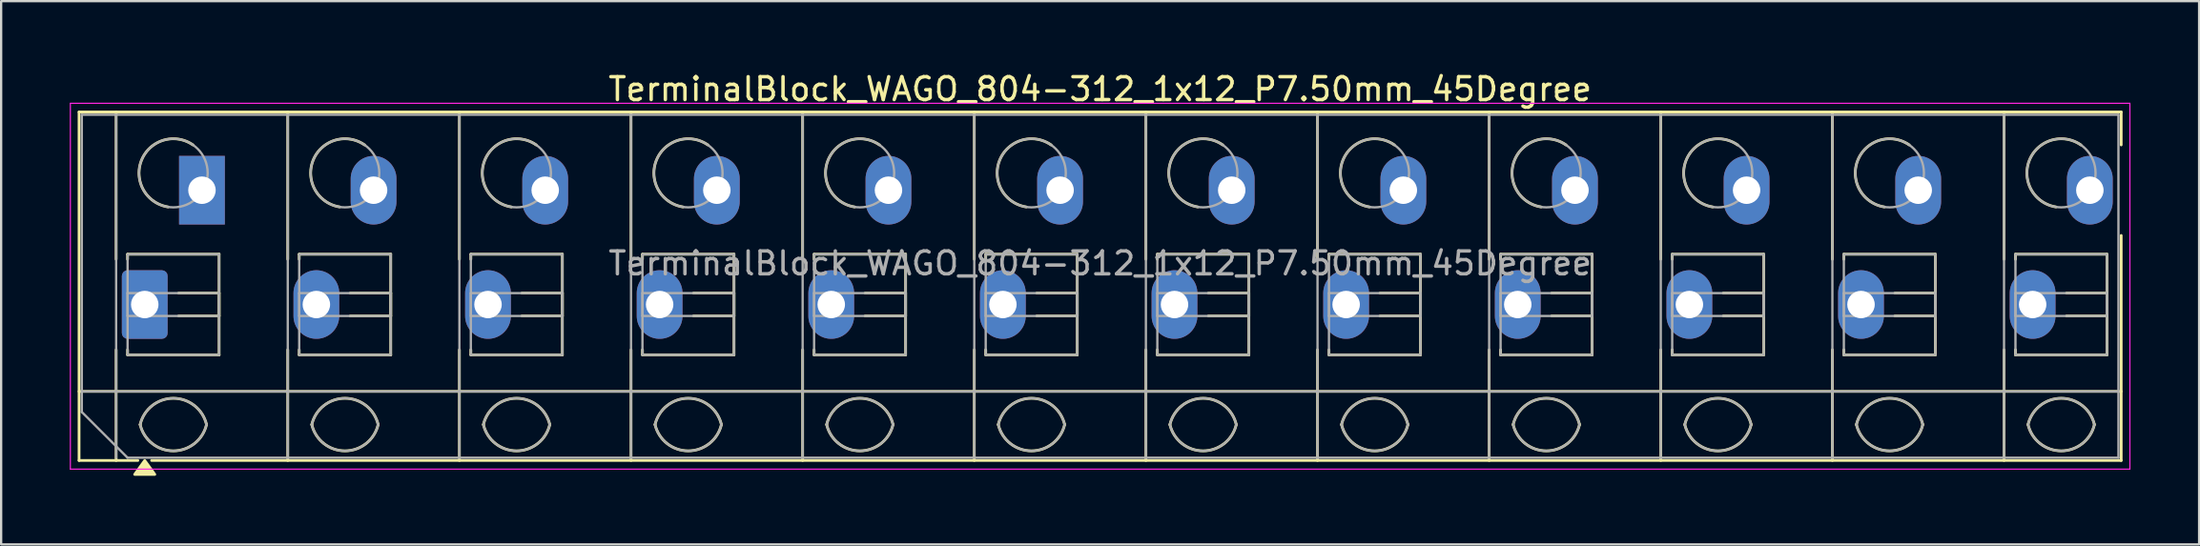
<source format=kicad_pcb>
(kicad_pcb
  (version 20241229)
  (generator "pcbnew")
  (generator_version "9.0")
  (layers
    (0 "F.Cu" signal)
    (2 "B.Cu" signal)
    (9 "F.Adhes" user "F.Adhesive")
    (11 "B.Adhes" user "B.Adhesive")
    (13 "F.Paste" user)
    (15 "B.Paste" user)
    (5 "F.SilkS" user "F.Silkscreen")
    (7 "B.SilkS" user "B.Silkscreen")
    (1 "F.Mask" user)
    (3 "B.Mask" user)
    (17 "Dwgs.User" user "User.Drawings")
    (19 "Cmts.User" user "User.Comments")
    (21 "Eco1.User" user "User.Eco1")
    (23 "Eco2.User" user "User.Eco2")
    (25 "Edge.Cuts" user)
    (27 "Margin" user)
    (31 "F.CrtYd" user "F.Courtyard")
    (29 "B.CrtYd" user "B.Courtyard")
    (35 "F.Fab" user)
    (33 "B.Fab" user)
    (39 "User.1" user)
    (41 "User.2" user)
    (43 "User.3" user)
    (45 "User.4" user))
  (footprint "TerminalBlock_WAGO_804-312_1x12_P7.50mm_45Degree"
    (layer "F.Cu")
    (at 3.275 10.268)
    (property "Reference" "TerminalBlock_WAGO_804-312_1x12_P7.50mm_45Degree" (at 41.75 -9.42 0) (layer "F.SilkS") (effects (font (size 1 1) (thickness 0.15))))
    (attr through_hole)
    (fp_line (start -2.87 -8.42) (end -2.87 6.82) (stroke (width 0.12) (type solid)) (layer "F.SilkS"))
    (fp_line (start -2.87 -8.42) (end 86.37 -8.42) (stroke (width 0.12) (type solid)) (layer "F.SilkS"))
    (fp_line (start -2.87 3.8) (end 86.37 3.8) (stroke (width 0.12) (type solid)) (layer "F.SilkS"))
    (fp_line (start -2.87 6.82) (end -0.3 6.82) (stroke (width 0.12) (type solid)) (layer "F.SilkS"))
    (fp_line (start -1.25 -8.42) (end -1.25 -1.98) (stroke (width 0.12) (type solid)) (layer "F.SilkS"))
    (fp_line (start -1.25 1.98) (end -1.25 6.82) (stroke (width 0.12) (type solid)) (layer "F.SilkS"))
    (fp_line (start -0.75 -2.2) (end -0.75 -1.98) (stroke (width 0.12) (type solid)) (layer "F.SilkS"))
    (fp_line (start -0.75 -2.2) (end 3.25 -2.2) (stroke (width 0.12) (type solid)) (layer "F.SilkS"))
    (fp_line (start -0.75 1.98) (end -0.75 2.2) (stroke (width 0.12) (type solid)) (layer "F.SilkS"))
    (fp_line (start -0.75 2.2) (end 3.25 2.2) (stroke (width 0.12) (type solid)) (layer "F.SilkS"))
    (fp_line (start 0.3 6.82) (end 86.37 6.82) (stroke (width 0.12) (type solid)) (layer "F.SilkS"))
    (fp_line (start 1.48 -0.5) (end 3.25 -0.5) (stroke (width 0.12) (type solid)) (layer "F.SilkS"))
    (fp_line (start 1.48 0.5) (end 3.25 0.5) (stroke (width 0.12) (type solid)) (layer "F.SilkS"))
    (fp_line (start 3.25 -2.2) (end 3.25 2.2) (stroke (width 0.12) (type solid)) (layer "F.SilkS"))
    (fp_line (start 3.25 -0.5) (end 3.25 0.5) (stroke (width 0.12) (type solid)) (layer "F.SilkS"))
    (fp_line (start 6.25 -8.42) (end 6.25 -1.98) (stroke (width 0.12) (type solid)) (layer "F.SilkS"))
    (fp_line (start 6.25 1.98) (end 6.25 6.82) (stroke (width 0.12) (type solid)) (layer "F.SilkS"))
    (fp_line (start 6.75 -2.2) (end 6.75 -1.98) (stroke (width 0.12) (type solid)) (layer "F.SilkS"))
    (fp_line (start 6.75 -2.2) (end 10.75 -2.2) (stroke (width 0.12) (type solid)) (layer "F.SilkS"))
    (fp_line (start 6.75 1.98) (end 6.75 2.2) (stroke (width 0.12) (type solid)) (layer "F.SilkS"))
    (fp_line (start 6.75 2.2) (end 10.75 2.2) (stroke (width 0.12) (type solid)) (layer "F.SilkS"))
    (fp_line (start 8.98 -0.5) (end 10.75 -0.5) (stroke (width 0.12) (type solid)) (layer "F.SilkS"))
    (fp_line (start 8.98 0.5) (end 10.75 0.5) (stroke (width 0.12) (type solid)) (layer "F.SilkS"))
    (fp_line (start 10.75 -2.2) (end 10.75 2.2) (stroke (width 0.12) (type solid)) (layer "F.SilkS"))
    (fp_line (start 10.75 -0.5) (end 10.75 0.5) (stroke (width 0.12) (type solid)) (layer "F.SilkS"))
    (fp_line (start 13.75 -8.42) (end 13.75 -1.98) (stroke (width 0.12) (type solid)) (layer "F.SilkS"))
    (fp_line (start 13.75 1.98) (end 13.75 6.82) (stroke (width 0.12) (type solid)) (layer "F.SilkS"))
    (fp_line (start 14.25 -2.2) (end 14.25 -1.98) (stroke (width 0.12) (type solid)) (layer "F.SilkS"))
    (fp_line (start 14.25 -2.2) (end 18.25 -2.2) (stroke (width 0.12) (type solid)) (layer "F.SilkS"))
    (fp_line (start 14.25 1.98) (end 14.25 2.2) (stroke (width 0.12) (type solid)) (layer "F.SilkS"))
    (fp_line (start 14.25 2.2) (end 18.25 2.2) (stroke (width 0.12) (type solid)) (layer "F.SilkS"))
    (fp_line (start 16.48 -0.5) (end 18.25 -0.5) (stroke (width 0.12) (type solid)) (layer "F.SilkS"))
    (fp_line (start 16.48 0.5) (end 18.25 0.5) (stroke (width 0.12) (type solid)) (layer "F.SilkS"))
    (fp_line (start 18.25 -2.2) (end 18.25 2.2) (stroke (width 0.12) (type solid)) (layer "F.SilkS"))
    (fp_line (start 18.25 -0.5) (end 18.25 0.5) (stroke (width 0.12) (type solid)) (layer "F.SilkS"))
    (fp_line (start 21.25 -8.42) (end 21.25 -1.98) (stroke (width 0.12) (type solid)) (layer "F.SilkS"))
    (fp_line (start 21.25 1.98) (end 21.25 6.82) (stroke (width 0.12) (type solid)) (layer "F.SilkS"))
    (fp_line (start 21.75 -2.2) (end 21.75 -1.98) (stroke (width 0.12) (type solid)) (layer "F.SilkS"))
    (fp_line (start 21.75 -2.2) (end 25.75 -2.2) (stroke (width 0.12) (type solid)) (layer "F.SilkS"))
    (fp_line (start 21.75 1.98) (end 21.75 2.2) (stroke (width 0.12) (type solid)) (layer "F.SilkS"))
    (fp_line (start 21.75 2.2) (end 25.75 2.2) (stroke (width 0.12) (type solid)) (layer "F.SilkS"))
    (fp_line (start 23.98 -0.5) (end 25.75 -0.5) (stroke (width 0.12) (type solid)) (layer "F.SilkS"))
    (fp_line (start 23.98 0.5) (end 25.75 0.5) (stroke (width 0.12) (type solid)) (layer "F.SilkS"))
    (fp_line (start 25.75 -2.2) (end 25.75 2.2) (stroke (width 0.12) (type solid)) (layer "F.SilkS"))
    (fp_line (start 25.75 -0.5) (end 25.75 0.5) (stroke (width 0.12) (type solid)) (layer "F.SilkS"))
    (fp_line (start 28.75 -8.42) (end 28.75 -1.98) (stroke (width 0.12) (type solid)) (layer "F.SilkS"))
    (fp_line (start 28.75 1.98) (end 28.75 6.82) (stroke (width 0.12) (type solid)) (layer "F.SilkS"))
    (fp_line (start 29.25 -2.2) (end 29.25 -1.98) (stroke (width 0.12) (type solid)) (layer "F.SilkS"))
    (fp_line (start 29.25 -2.2) (end 33.25 -2.2) (stroke (width 0.12) (type solid)) (layer "F.SilkS"))
    (fp_line (start 29.25 1.98) (end 29.25 2.2) (stroke (width 0.12) (type solid)) (layer "F.SilkS"))
    (fp_line (start 29.25 2.2) (end 33.25 2.2) (stroke (width 0.12) (type solid)) (layer "F.SilkS"))
    (fp_line (start 31.48 -0.5) (end 33.25 -0.5) (stroke (width 0.12) (type solid)) (layer "F.SilkS"))
    (fp_line (start 31.48 0.5) (end 33.25 0.5) (stroke (width 0.12) (type solid)) (layer "F.SilkS"))
    (fp_line (start 33.25 -2.2) (end 33.25 2.2) (stroke (width 0.12) (type solid)) (layer "F.SilkS"))
    (fp_line (start 33.25 -0.5) (end 33.25 0.5) (stroke (width 0.12) (type solid)) (layer "F.SilkS"))
    (fp_line (start 36.25 -8.42) (end 36.25 -1.98) (stroke (width 0.12) (type solid)) (layer "F.SilkS"))
    (fp_line (start 36.25 1.98) (end 36.25 6.82) (stroke (width 0.12) (type solid)) (layer "F.SilkS"))
    (fp_line (start 36.75 -2.2) (end 36.75 -1.98) (stroke (width 0.12) (type solid)) (layer "F.SilkS"))
    (fp_line (start 36.75 -2.2) (end 40.75 -2.2) (stroke (width 0.12) (type solid)) (layer "F.SilkS"))
    (fp_line (start 36.75 1.98) (end 36.75 2.2) (stroke (width 0.12) (type solid)) (layer "F.SilkS"))
    (fp_line (start 36.75 2.2) (end 40.75 2.2) (stroke (width 0.12) (type solid)) (layer "F.SilkS"))
    (fp_line (start 38.98 -0.5) (end 40.75 -0.5) (stroke (width 0.12) (type solid)) (layer "F.SilkS"))
    (fp_line (start 38.98 0.5) (end 40.75 0.5) (stroke (width 0.12) (type solid)) (layer "F.SilkS"))
    (fp_line (start 40.75 -2.2) (end 40.75 2.2) (stroke (width 0.12) (type solid)) (layer "F.SilkS"))
    (fp_line (start 40.75 -0.5) (end 40.75 0.5) (stroke (width 0.12) (type solid)) (layer "F.SilkS"))
    (fp_line (start 43.75 -8.42) (end 43.75 -1.98) (stroke (width 0.12) (type solid)) (layer "F.SilkS"))
    (fp_line (start 43.75 1.98) (end 43.75 6.82) (stroke (width 0.12) (type solid)) (layer "F.SilkS"))
    (fp_line (start 44.25 -2.2) (end 44.25 -1.98) (stroke (width 0.12) (type solid)) (layer "F.SilkS"))
    (fp_line (start 44.25 -2.2) (end 48.25 -2.2) (stroke (width 0.12) (type solid)) (layer "F.SilkS"))
    (fp_line (start 44.25 1.98) (end 44.25 2.2) (stroke (width 0.12) (type solid)) (layer "F.SilkS"))
    (fp_line (start 44.25 2.2) (end 48.25 2.2) (stroke (width 0.12) (type solid)) (layer "F.SilkS"))
    (fp_line (start 46.48 -0.5) (end 48.25 -0.5) (stroke (width 0.12) (type solid)) (layer "F.SilkS"))
    (fp_line (start 46.48 0.5) (end 48.25 0.5) (stroke (width 0.12) (type solid)) (layer "F.SilkS"))
    (fp_line (start 48.25 -2.2) (end 48.25 2.2) (stroke (width 0.12) (type solid)) (layer "F.SilkS"))
    (fp_line (start 48.25 -0.5) (end 48.25 0.5) (stroke (width 0.12) (type solid)) (layer "F.SilkS"))
    (fp_line (start 51.25 -8.42) (end 51.25 -1.98) (stroke (width 0.12) (type solid)) (layer "F.SilkS"))
    (fp_line (start 51.25 1.98) (end 51.25 6.82) (stroke (width 0.12) (type solid)) (layer "F.SilkS"))
    (fp_line (start 51.75 -2.2) (end 51.75 -1.98) (stroke (width 0.12) (type solid)) (layer "F.SilkS"))
    (fp_line (start 51.75 -2.2) (end 55.75 -2.2) (stroke (width 0.12) (type solid)) (layer "F.SilkS"))
    (fp_line (start 51.75 1.98) (end 51.75 2.2) (stroke (width 0.12) (type solid)) (layer "F.SilkS"))
    (fp_line (start 51.75 2.2) (end 55.75 2.2) (stroke (width 0.12) (type solid)) (layer "F.SilkS"))
    (fp_line (start 53.98 -0.5) (end 55.75 -0.5) (stroke (width 0.12) (type solid)) (layer "F.SilkS"))
    (fp_line (start 53.98 0.5) (end 55.75 0.5) (stroke (width 0.12) (type solid)) (layer "F.SilkS"))
    (fp_line (start 55.75 -2.2) (end 55.75 2.2) (stroke (width 0.12) (type solid)) (layer "F.SilkS"))
    (fp_line (start 55.75 -0.5) (end 55.75 0.5) (stroke (width 0.12) (type solid)) (layer "F.SilkS"))
    (fp_line (start 58.75 -8.42) (end 58.75 -1.98) (stroke (width 0.12) (type solid)) (layer "F.SilkS"))
    (fp_line (start 58.75 1.98) (end 58.75 6.82) (stroke (width 0.12) (type solid)) (layer "F.SilkS"))
    (fp_line (start 59.25 -2.2) (end 59.25 -1.98) (stroke (width 0.12) (type solid)) (layer "F.SilkS"))
    (fp_line (start 59.25 -2.2) (end 63.25 -2.2) (stroke (width 0.12) (type solid)) (layer "F.SilkS"))
    (fp_line (start 59.25 1.98) (end 59.25 2.2) (stroke (width 0.12) (type solid)) (layer "F.SilkS"))
    (fp_line (start 59.25 2.2) (end 63.25 2.2) (stroke (width 0.12) (type solid)) (layer "F.SilkS"))
    (fp_line (start 61.48 -0.5) (end 63.25 -0.5) (stroke (width 0.12) (type solid)) (layer "F.SilkS"))
    (fp_line (start 61.48 0.5) (end 63.25 0.5) (stroke (width 0.12) (type solid)) (layer "F.SilkS"))
    (fp_line (start 63.25 -2.2) (end 63.25 2.2) (stroke (width 0.12) (type solid)) (layer "F.SilkS"))
    (fp_line (start 63.25 -0.5) (end 63.25 0.5) (stroke (width 0.12) (type solid)) (layer "F.SilkS"))
    (fp_line (start 66.25 -8.42) (end 66.25 -1.98) (stroke (width 0.12) (type solid)) (layer "F.SilkS"))
    (fp_line (start 66.25 1.98) (end 66.25 6.82) (stroke (width 0.12) (type solid)) (layer "F.SilkS"))
    (fp_line (start 66.75 -2.2) (end 66.75 -1.98) (stroke (width 0.12) (type solid)) (layer "F.SilkS"))
    (fp_line (start 66.75 -2.2) (end 70.75 -2.2) (stroke (width 0.12) (type solid)) (layer "F.SilkS"))
    (fp_line (start 66.75 1.98) (end 66.75 2.2) (stroke (width 0.12) (type solid)) (layer "F.SilkS"))
    (fp_line (start 66.75 2.2) (end 70.75 2.2) (stroke (width 0.12) (type solid)) (layer "F.SilkS"))
    (fp_line (start 68.98 -0.5) (end 70.75 -0.5) (stroke (width 0.12) (type solid)) (layer "F.SilkS"))
    (fp_line (start 68.98 0.5) (end 70.75 0.5) (stroke (width 0.12) (type solid)) (layer "F.SilkS"))
    (fp_line (start 70.75 -2.2) (end 70.75 2.2) (stroke (width 0.12) (type solid)) (layer "F.SilkS"))
    (fp_line (start 70.75 -0.5) (end 70.75 0.5) (stroke (width 0.12) (type solid)) (layer "F.SilkS"))
    (fp_line (start 73.75 -8.42) (end 73.75 -1.98) (stroke (width 0.12) (type solid)) (layer "F.SilkS"))
    (fp_line (start 73.75 1.98) (end 73.75 6.82) (stroke (width 0.12) (type solid)) (layer "F.SilkS"))
    (fp_line (start 74.25 -2.2) (end 74.25 -1.98) (stroke (width 0.12) (type solid)) (layer "F.SilkS"))
    (fp_line (start 74.25 -2.2) (end 78.25 -2.2) (stroke (width 0.12) (type solid)) (layer "F.SilkS"))
    (fp_line (start 74.25 1.98) (end 74.25 2.2) (stroke (width 0.12) (type solid)) (layer "F.SilkS"))
    (fp_line (start 74.25 2.2) (end 78.25 2.2) (stroke (width 0.12) (type solid)) (layer "F.SilkS"))
    (fp_line (start 76.48 -0.5) (end 78.25 -0.5) (stroke (width 0.12) (type solid)) (layer "F.SilkS"))
    (fp_line (start 76.48 0.5) (end 78.25 0.5) (stroke (width 0.12) (type solid)) (layer "F.SilkS"))
    (fp_line (start 78.25 -2.2) (end 78.25 2.2) (stroke (width 0.12) (type solid)) (layer "F.SilkS"))
    (fp_line (start 78.25 -0.5) (end 78.25 0.5) (stroke (width 0.12) (type solid)) (layer "F.SilkS"))
    (fp_line (start 81.25 -8.42) (end 81.25 -1.98) (stroke (width 0.12) (type solid)) (layer "F.SilkS"))
    (fp_line (start 81.25 1.98) (end 81.25 6.82) (stroke (width 0.12) (type solid)) (layer "F.SilkS"))
    (fp_line (start 81.75 -2.2) (end 81.75 -1.98) (stroke (width 0.12) (type solid)) (layer "F.SilkS"))
    (fp_line (start 81.75 -2.2) (end 85.75 -2.2) (stroke (width 0.12) (type solid)) (layer "F.SilkS"))
    (fp_line (start 81.75 1.98) (end 81.75 2.2) (stroke (width 0.12) (type solid)) (layer "F.SilkS"))
    (fp_line (start 81.75 2.2) (end 85.75 2.2) (stroke (width 0.12) (type solid)) (layer "F.SilkS"))
    (fp_line (start 83.98 -0.5) (end 85.75 -0.5) (stroke (width 0.12) (type solid)) (layer "F.SilkS"))
    (fp_line (start 83.98 0.5) (end 85.75 0.5) (stroke (width 0.12) (type solid)) (layer "F.SilkS"))
    (fp_line (start 85.75 -2.2) (end 85.75 2.2) (stroke (width 0.12) (type solid)) (layer "F.SilkS"))
    (fp_line (start 85.75 -0.5) (end 85.75 0.5) (stroke (width 0.12) (type solid)) (layer "F.SilkS"))
    (fp_line (start 86.37 -8.42) (end 86.37 -6.98) (stroke (width 0.12) (type solid)) (layer "F.SilkS"))
    (fp_line (start 86.37 -3.02) (end 86.37 6.82) (stroke (width 0.12) (type solid)) (layer "F.SilkS"))
    (fp_arc (start -0.2 5.25) (mid 1.25 4.1) (end 2.7 5.25) (stroke (width 0.12) (type solid)) (layer "F.SilkS"))
    (fp_arc (start 1.02 -4.268) (mid -0.141916 -6.309209) (end 2.109 -6.98) (stroke (width 0.12) (type solid)) (layer "F.SilkS"))
    (fp_arc (start 2.7 5.25) (mid 1.25 6.4) (end -0.2 5.25) (stroke (width 0.12) (type solid)) (layer "F.SilkS"))
    (fp_arc (start 7.3 5.25) (mid 8.75 4.1) (end 10.2 5.25) (stroke (width 0.12) (type solid)) (layer "F.SilkS"))
    (fp_arc (start 8.52 -4.268) (mid 7.358084 -6.309209) (end 9.609 -6.98) (stroke (width 0.12) (type solid)) (layer "F.SilkS"))
    (fp_arc (start 10.2 5.25) (mid 8.75 6.4) (end 7.3 5.25) (stroke (width 0.12) (type solid)) (layer "F.SilkS"))
    (fp_arc (start 14.8 5.25) (mid 16.25 4.1) (end 17.7 5.25) (stroke (width 0.12) (type solid)) (layer "F.SilkS"))
    (fp_arc (start 16.02 -4.268) (mid 14.858084 -6.309209) (end 17.109 -6.98) (stroke (width 0.12) (type solid)) (layer "F.SilkS"))
    (fp_arc (start 17.7 5.25) (mid 16.25 6.4) (end 14.8 5.25) (stroke (width 0.12) (type solid)) (layer "F.SilkS"))
    (fp_arc (start 22.3 5.25) (mid 23.75 4.1) (end 25.2 5.25) (stroke (width 0.12) (type solid)) (layer "F.SilkS"))
    (fp_arc (start 23.52 -4.268) (mid 22.358084 -6.309209) (end 24.609 -6.98) (stroke (width 0.12) (type solid)) (layer "F.SilkS"))
    (fp_arc (start 25.2 5.25) (mid 23.75 6.4) (end 22.3 5.25) (stroke (width 0.12) (type solid)) (layer "F.SilkS"))
    (fp_arc (start 29.8 5.25) (mid 31.25 4.1) (end 32.7 5.25) (stroke (width 0.12) (type solid)) (layer "F.SilkS"))
    (fp_arc (start 31.02 -4.268) (mid 29.858084 -6.309209) (end 32.109 -6.98) (stroke (width 0.12) (type solid)) (layer "F.SilkS"))
    (fp_arc (start 32.7 5.25) (mid 31.25 6.4) (end 29.8 5.25) (stroke (width 0.12) (type solid)) (layer "F.SilkS"))
    (fp_arc (start 37.3 5.25) (mid 38.75 4.1) (end 40.2 5.25) (stroke (width 0.12) (type solid)) (layer "F.SilkS"))
    (fp_arc (start 38.52 -4.268) (mid 37.358084 -6.309209) (end 39.609 -6.98) (stroke (width 0.12) (type solid)) (layer "F.SilkS"))
    (fp_arc (start 40.2 5.25) (mid 38.75 6.4) (end 37.3 5.25) (stroke (width 0.12) (type solid)) (layer "F.SilkS"))
    (fp_arc (start 44.8 5.25) (mid 46.25 4.1) (end 47.7 5.25) (stroke (width 0.12) (type solid)) (layer "F.SilkS"))
    (fp_arc (start 46.02 -4.268) (mid 44.858084 -6.309209) (end 47.109 -6.98) (stroke (width 0.12) (type solid)) (layer "F.SilkS"))
    (fp_arc (start 47.7 5.25) (mid 46.25 6.4) (end 44.8 5.25) (stroke (width 0.12) (type solid)) (layer "F.SilkS"))
    (fp_arc (start 52.3 5.25) (mid 53.75 4.1) (end 55.2 5.25) (stroke (width 0.12) (type solid)) (layer "F.SilkS"))
    (fp_arc (start 53.52 -4.268) (mid 52.358084 -6.309209) (end 54.609 -6.98) (stroke (width 0.12) (type solid)) (layer "F.SilkS"))
    (fp_arc (start 55.2 5.25) (mid 53.75 6.4) (end 52.3 5.25) (stroke (width 0.12) (type solid)) (layer "F.SilkS"))
    (fp_arc (start 59.8 5.25) (mid 61.25 4.1) (end 62.7 5.25) (stroke (width 0.12) (type solid)) (layer "F.SilkS"))
    (fp_arc (start 61.02 -4.268) (mid 59.858084 -6.309209) (end 62.109 -6.98) (stroke (width 0.12) (type solid)) (layer "F.SilkS"))
    (fp_arc (start 62.7 5.25) (mid 61.25 6.4) (end 59.8 5.25) (stroke (width 0.12) (type solid)) (layer "F.SilkS"))
    (fp_arc (start 67.3 5.25) (mid 68.75 4.1) (end 70.2 5.25) (stroke (width 0.12) (type solid)) (layer "F.SilkS"))
    (fp_arc (start 68.52 -4.268) (mid 67.358084 -6.309209) (end 69.609 -6.98) (stroke (width 0.12) (type solid)) (layer "F.SilkS"))
    (fp_arc (start 70.2 5.25) (mid 68.75 6.4) (end 67.3 5.25) (stroke (width 0.12) (type solid)) (layer "F.SilkS"))
    (fp_arc (start 74.8 5.25) (mid 76.25 4.1) (end 77.7 5.25) (stroke (width 0.12) (type solid)) (layer "F.SilkS"))
    (fp_arc (start 76.02 -4.268) (mid 74.858084 -6.309209) (end 77.109 -6.98) (stroke (width 0.12) (type solid)) (layer "F.SilkS"))
    (fp_arc (start 77.7 5.25) (mid 76.25 6.4) (end 74.8 5.25) (stroke (width 0.12) (type solid)) (layer "F.SilkS"))
    (fp_arc (start 82.3 5.25) (mid 83.75 4.1) (end 85.2 5.25) (stroke (width 0.12) (type solid)) (layer "F.SilkS"))
    (fp_arc (start 83.52 -4.268) (mid 82.358084 -6.309209) (end 84.609 -6.98) (stroke (width 0.12) (type solid)) (layer "F.SilkS"))
    (fp_arc (start 85.2 5.25) (mid 83.75 6.4) (end 82.3 5.25) (stroke (width 0.12) (type solid)) (layer "F.SilkS"))
    (fp_poly (pts (xy 0 6.82) (xy 0.44 7.43) (xy -0.44 7.43)) (stroke (width 0.12) (type solid)) (fill yes) (layer "F.SilkS"))
    (fp_line (start -3.25 -8.8) (end -3.25 7.2) (stroke (width 0.05) (type solid)) (layer "F.CrtYd"))
    (fp_line (start -3.25 7.2) (end 86.75 7.2) (stroke (width 0.05) (type solid)) (layer "F.CrtYd"))
    (fp_line (start 86.75 -8.8) (end -3.25 -8.8) (stroke (width 0.05) (type solid)) (layer "F.CrtYd"))
    (fp_line (start 86.75 7.2) (end 86.75 -8.8) (stroke (width 0.05) (type solid)) (layer "F.CrtYd"))
    (fp_line (start -2.75 -8.3) (end 86.25 -8.3) (stroke (width 0.1) (type solid)) (layer "F.Fab"))
    (fp_line (start -2.75 3.8) (end 86.25 3.8) (stroke (width 0.1) (type solid)) (layer "F.Fab"))
    (fp_line (start -2.75 4.7) (end -2.75 -8.3) (stroke (width 0.1) (type solid)) (layer "F.Fab"))
    (fp_line (start -1.25 -8.3) (end -1.25 6.7) (stroke (width 0.1) (type solid)) (layer "F.Fab"))
    (fp_line (start -0.75 -2.2) (end -0.75 2.2) (stroke (width 0.1) (type solid)) (layer "F.Fab"))
    (fp_line (start -0.75 -0.5) (end -0.75 0.5) (stroke (width 0.1) (type solid)) (layer "F.Fab"))
    (fp_line (start -0.75 0.5) (end 3.25 0.5) (stroke (width 0.1) (type solid)) (layer "F.Fab"))
    (fp_line (start -0.75 2.2) (end 3.25 2.2) (stroke (width 0.1) (type solid)) (layer "F.Fab"))
    (fp_line (start -0.75 6.7) (end -2.75 4.7) (stroke (width 0.1) (type solid)) (layer "F.Fab"))
    (fp_line (start 3.25 -2.2) (end -0.75 -2.2) (stroke (width 0.1) (type solid)) (layer "F.Fab"))
    (fp_line (start 3.25 -0.5) (end -0.75 -0.5) (stroke (width 0.1) (type solid)) (layer "F.Fab"))
    (fp_line (start 3.25 0.5) (end 3.25 -0.5) (stroke (width 0.1) (type solid)) (layer "F.Fab"))
    (fp_line (start 3.25 2.2) (end 3.25 -2.2) (stroke (width 0.1) (type solid)) (layer "F.Fab"))
    (fp_line (start 6.25 -8.3) (end 6.25 6.7) (stroke (width 0.1) (type solid)) (layer "F.Fab"))
    (fp_line (start 6.75 -2.2) (end 6.75 2.2) (stroke (width 0.1) (type solid)) (layer "F.Fab"))
    (fp_line (start 6.75 -0.5) (end 6.75 0.5) (stroke (width 0.1) (type solid)) (layer "F.Fab"))
    (fp_line (start 6.75 0.5) (end 10.75 0.5) (stroke (width 0.1) (type solid)) (layer "F.Fab"))
    (fp_line (start 6.75 2.2) (end 10.75 2.2) (stroke (width 0.1) (type solid)) (layer "F.Fab"))
    (fp_line (start 10.75 -2.2) (end 6.75 -2.2) (stroke (width 0.1) (type solid)) (layer "F.Fab"))
    (fp_line (start 10.75 -0.5) (end 6.75 -0.5) (stroke (width 0.1) (type solid)) (layer "F.Fab"))
    (fp_line (start 10.75 0.5) (end 10.75 -0.5) (stroke (width 0.1) (type solid)) (layer "F.Fab"))
    (fp_line (start 10.75 2.2) (end 10.75 -2.2) (stroke (width 0.1) (type solid)) (layer "F.Fab"))
    (fp_line (start 13.75 -8.3) (end 13.75 6.7) (stroke (width 0.1) (type solid)) (layer "F.Fab"))
    (fp_line (start 14.25 -2.2) (end 14.25 2.2) (stroke (width 0.1) (type solid)) (layer "F.Fab"))
    (fp_line (start 14.25 -0.5) (end 14.25 0.5) (stroke (width 0.1) (type solid)) (layer "F.Fab"))
    (fp_line (start 14.25 0.5) (end 18.25 0.5) (stroke (width 0.1) (type solid)) (layer "F.Fab"))
    (fp_line (start 14.25 2.2) (end 18.25 2.2) (stroke (width 0.1) (type solid)) (layer "F.Fab"))
    (fp_line (start 18.25 -2.2) (end 14.25 -2.2) (stroke (width 0.1) (type solid)) (layer "F.Fab"))
    (fp_line (start 18.25 -0.5) (end 14.25 -0.5) (stroke (width 0.1) (type solid)) (layer "F.Fab"))
    (fp_line (start 18.25 0.5) (end 18.25 -0.5) (stroke (width 0.1) (type solid)) (layer "F.Fab"))
    (fp_line (start 18.25 2.2) (end 18.25 -2.2) (stroke (width 0.1) (type solid)) (layer "F.Fab"))
    (fp_line (start 21.25 -8.3) (end 21.25 6.7) (stroke (width 0.1) (type solid)) (layer "F.Fab"))
    (fp_line (start 21.75 -2.2) (end 21.75 2.2) (stroke (width 0.1) (type solid)) (layer "F.Fab"))
    (fp_line (start 21.75 -0.5) (end 21.75 0.5) (stroke (width 0.1) (type solid)) (layer "F.Fab"))
    (fp_line (start 21.75 0.5) (end 25.75 0.5) (stroke (width 0.1) (type solid)) (layer "F.Fab"))
    (fp_line (start 21.75 2.2) (end 25.75 2.2) (stroke (width 0.1) (type solid)) (layer "F.Fab"))
    (fp_line (start 25.75 -2.2) (end 21.75 -2.2) (stroke (width 0.1) (type solid)) (layer "F.Fab"))
    (fp_line (start 25.75 -0.5) (end 21.75 -0.5) (stroke (width 0.1) (type solid)) (layer "F.Fab"))
    (fp_line (start 25.75 0.5) (end 25.75 -0.5) (stroke (width 0.1) (type solid)) (layer "F.Fab"))
    (fp_line (start 25.75 2.2) (end 25.75 -2.2) (stroke (width 0.1) (type solid)) (layer "F.Fab"))
    (fp_line (start 28.75 -8.3) (end 28.75 6.7) (stroke (width 0.1) (type solid)) (layer "F.Fab"))
    (fp_line (start 29.25 -2.2) (end 29.25 2.2) (stroke (width 0.1) (type solid)) (layer "F.Fab"))
    (fp_line (start 29.25 -0.5) (end 29.25 0.5) (stroke (width 0.1) (type solid)) (layer "F.Fab"))
    (fp_line (start 29.25 0.5) (end 33.25 0.5) (stroke (width 0.1) (type solid)) (layer "F.Fab"))
    (fp_line (start 29.25 2.2) (end 33.25 2.2) (stroke (width 0.1) (type solid)) (layer "F.Fab"))
    (fp_line (start 33.25 -2.2) (end 29.25 -2.2) (stroke (width 0.1) (type solid)) (layer "F.Fab"))
    (fp_line (start 33.25 -0.5) (end 29.25 -0.5) (stroke (width 0.1) (type solid)) (layer "F.Fab"))
    (fp_line (start 33.25 0.5) (end 33.25 -0.5) (stroke (width 0.1) (type solid)) (layer "F.Fab"))
    (fp_line (start 33.25 2.2) (end 33.25 -2.2) (stroke (width 0.1) (type solid)) (layer "F.Fab"))
    (fp_line (start 36.25 -8.3) (end 36.25 6.7) (stroke (width 0.1) (type solid)) (layer "F.Fab"))
    (fp_line (start 36.75 -2.2) (end 36.75 2.2) (stroke (width 0.1) (type solid)) (layer "F.Fab"))
    (fp_line (start 36.75 -0.5) (end 36.75 0.5) (stroke (width 0.1) (type solid)) (layer "F.Fab"))
    (fp_line (start 36.75 0.5) (end 40.75 0.5) (stroke (width 0.1) (type solid)) (layer "F.Fab"))
    (fp_line (start 36.75 2.2) (end 40.75 2.2) (stroke (width 0.1) (type solid)) (layer "F.Fab"))
    (fp_line (start 40.75 -2.2) (end 36.75 -2.2) (stroke (width 0.1) (type solid)) (layer "F.Fab"))
    (fp_line (start 40.75 -0.5) (end 36.75 -0.5) (stroke (width 0.1) (type solid)) (layer "F.Fab"))
    (fp_line (start 40.75 0.5) (end 40.75 -0.5) (stroke (width 0.1) (type solid)) (layer "F.Fab"))
    (fp_line (start 40.75 2.2) (end 40.75 -2.2) (stroke (width 0.1) (type solid)) (layer "F.Fab"))
    (fp_line (start 43.75 -8.3) (end 43.75 6.7) (stroke (width 0.1) (type solid)) (layer "F.Fab"))
    (fp_line (start 44.25 -2.2) (end 44.25 2.2) (stroke (width 0.1) (type solid)) (layer "F.Fab"))
    (fp_line (start 44.25 -0.5) (end 44.25 0.5) (stroke (width 0.1) (type solid)) (layer "F.Fab"))
    (fp_line (start 44.25 0.5) (end 48.25 0.5) (stroke (width 0.1) (type solid)) (layer "F.Fab"))
    (fp_line (start 44.25 2.2) (end 48.25 2.2) (stroke (width 0.1) (type solid)) (layer "F.Fab"))
    (fp_line (start 48.25 -2.2) (end 44.25 -2.2) (stroke (width 0.1) (type solid)) (layer "F.Fab"))
    (fp_line (start 48.25 -0.5) (end 44.25 -0.5) (stroke (width 0.1) (type solid)) (layer "F.Fab"))
    (fp_line (start 48.25 0.5) (end 48.25 -0.5) (stroke (width 0.1) (type solid)) (layer "F.Fab"))
    (fp_line (start 48.25 2.2) (end 48.25 -2.2) (stroke (width 0.1) (type solid)) (layer "F.Fab"))
    (fp_line (start 51.25 -8.3) (end 51.25 6.7) (stroke (width 0.1) (type solid)) (layer "F.Fab"))
    (fp_line (start 51.75 -2.2) (end 51.75 2.2) (stroke (width 0.1) (type solid)) (layer "F.Fab"))
    (fp_line (start 51.75 -0.5) (end 51.75 0.5) (stroke (width 0.1) (type solid)) (layer "F.Fab"))
    (fp_line (start 51.75 0.5) (end 55.75 0.5) (stroke (width 0.1) (type solid)) (layer "F.Fab"))
    (fp_line (start 51.75 2.2) (end 55.75 2.2) (stroke (width 0.1) (type solid)) (layer "F.Fab"))
    (fp_line (start 55.75 -2.2) (end 51.75 -2.2) (stroke (width 0.1) (type solid)) (layer "F.Fab"))
    (fp_line (start 55.75 -0.5) (end 51.75 -0.5) (stroke (width 0.1) (type solid)) (layer "F.Fab"))
    (fp_line (start 55.75 0.5) (end 55.75 -0.5) (stroke (width 0.1) (type solid)) (layer "F.Fab"))
    (fp_line (start 55.75 2.2) (end 55.75 -2.2) (stroke (width 0.1) (type solid)) (layer "F.Fab"))
    (fp_line (start 58.75 -8.3) (end 58.75 6.7) (stroke (width 0.1) (type solid)) (layer "F.Fab"))
    (fp_line (start 59.25 -2.2) (end 59.25 2.2) (stroke (width 0.1) (type solid)) (layer "F.Fab"))
    (fp_line (start 59.25 -0.5) (end 59.25 0.5) (stroke (width 0.1) (type solid)) (layer "F.Fab"))
    (fp_line (start 59.25 0.5) (end 63.25 0.5) (stroke (width 0.1) (type solid)) (layer "F.Fab"))
    (fp_line (start 59.25 2.2) (end 63.25 2.2) (stroke (width 0.1) (type solid)) (layer "F.Fab"))
    (fp_line (start 63.25 -2.2) (end 59.25 -2.2) (stroke (width 0.1) (type solid)) (layer "F.Fab"))
    (fp_line (start 63.25 -0.5) (end 59.25 -0.5) (stroke (width 0.1) (type solid)) (layer "F.Fab"))
    (fp_line (start 63.25 0.5) (end 63.25 -0.5) (stroke (width 0.1) (type solid)) (layer "F.Fab"))
    (fp_line (start 63.25 2.2) (end 63.25 -2.2) (stroke (width 0.1) (type solid)) (layer "F.Fab"))
    (fp_line (start 66.25 -8.3) (end 66.25 6.7) (stroke (width 0.1) (type solid)) (layer "F.Fab"))
    (fp_line (start 66.75 -2.2) (end 66.75 2.2) (stroke (width 0.1) (type solid)) (layer "F.Fab"))
    (fp_line (start 66.75 -0.5) (end 66.75 0.5) (stroke (width 0.1) (type solid)) (layer "F.Fab"))
    (fp_line (start 66.75 0.5) (end 70.75 0.5) (stroke (width 0.1) (type solid)) (layer "F.Fab"))
    (fp_line (start 66.75 2.2) (end 70.75 2.2) (stroke (width 0.1) (type solid)) (layer "F.Fab"))
    (fp_line (start 70.75 -2.2) (end 66.75 -2.2) (stroke (width 0.1) (type solid)) (layer "F.Fab"))
    (fp_line (start 70.75 -0.5) (end 66.75 -0.5) (stroke (width 0.1) (type solid)) (layer "F.Fab"))
    (fp_line (start 70.75 0.5) (end 70.75 -0.5) (stroke (width 0.1) (type solid)) (layer "F.Fab"))
    (fp_line (start 70.75 2.2) (end 70.75 -2.2) (stroke (width 0.1) (type solid)) (layer "F.Fab"))
    (fp_line (start 73.75 -8.3) (end 73.75 6.7) (stroke (width 0.1) (type solid)) (layer "F.Fab"))
    (fp_line (start 74.25 -2.2) (end 74.25 2.2) (stroke (width 0.1) (type solid)) (layer "F.Fab"))
    (fp_line (start 74.25 -0.5) (end 74.25 0.5) (stroke (width 0.1) (type solid)) (layer "F.Fab"))
    (fp_line (start 74.25 0.5) (end 78.25 0.5) (stroke (width 0.1) (type solid)) (layer "F.Fab"))
    (fp_line (start 74.25 2.2) (end 78.25 2.2) (stroke (width 0.1) (type solid)) (layer "F.Fab"))
    (fp_line (start 78.25 -2.2) (end 74.25 -2.2) (stroke (width 0.1) (type solid)) (layer "F.Fab"))
    (fp_line (start 78.25 -0.5) (end 74.25 -0.5) (stroke (width 0.1) (type solid)) (layer "F.Fab"))
    (fp_line (start 78.25 0.5) (end 78.25 -0.5) (stroke (width 0.1) (type solid)) (layer "F.Fab"))
    (fp_line (start 78.25 2.2) (end 78.25 -2.2) (stroke (width 0.1) (type solid)) (layer "F.Fab"))
    (fp_line (start 81.25 -8.3) (end 81.25 6.7) (stroke (width 0.1) (type solid)) (layer "F.Fab"))
    (fp_line (start 81.75 -2.2) (end 81.75 2.2) (stroke (width 0.1) (type solid)) (layer "F.Fab"))
    (fp_line (start 81.75 -0.5) (end 81.75 0.5) (stroke (width 0.1) (type solid)) (layer "F.Fab"))
    (fp_line (start 81.75 0.5) (end 85.75 0.5) (stroke (width 0.1) (type solid)) (layer "F.Fab"))
    (fp_line (start 81.75 2.2) (end 85.75 2.2) (stroke (width 0.1) (type solid)) (layer "F.Fab"))
    (fp_line (start 85.75 -2.2) (end 81.75 -2.2) (stroke (width 0.1) (type solid)) (layer "F.Fab"))
    (fp_line (start 85.75 -0.5) (end 81.75 -0.5) (stroke (width 0.1) (type solid)) (layer "F.Fab"))
    (fp_line (start 85.75 0.5) (end 85.75 -0.5) (stroke (width 0.1) (type solid)) (layer "F.Fab"))
    (fp_line (start 85.75 2.2) (end 85.75 -2.2) (stroke (width 0.1) (type solid)) (layer "F.Fab"))
    (fp_line (start 86.25 -8.3) (end 86.25 6.7) (stroke (width 0.1) (type solid)) (layer "F.Fab"))
    (fp_line (start 86.25 6.7) (end -0.75 6.7) (stroke (width 0.1) (type solid)) (layer "F.Fab"))
    (fp_arc (start -0.2 5.25) (mid 1.25 4.1) (end 2.7 5.25) (stroke (width 0.1) (type solid)) (layer "F.Fab"))
    (fp_arc (start 2.7 5.25) (mid 1.25 6.4) (end -0.2 5.25) (stroke (width 0.1) (type solid)) (layer "F.Fab"))
    (fp_arc (start 7.3 5.25) (mid 8.75 4.1) (end 10.2 5.25) (stroke (width 0.1) (type solid)) (layer "F.Fab"))
    (fp_arc (start 10.2 5.25) (mid 8.75 6.4) (end 7.3 5.25) (stroke (width 0.1) (type solid)) (layer "F.Fab"))
    (fp_arc (start 14.8 5.25) (mid 16.25 4.1) (end 17.7 5.25) (stroke (width 0.1) (type solid)) (layer "F.Fab"))
    (fp_arc (start 17.7 5.25) (mid 16.25 6.4) (end 14.8 5.25) (stroke (width 0.1) (type solid)) (layer "F.Fab"))
    (fp_arc (start 22.3 5.25) (mid 23.75 4.1) (end 25.2 5.25) (stroke (width 0.1) (type solid)) (layer "F.Fab"))
    (fp_arc (start 25.2 5.25) (mid 23.75 6.4) (end 22.3 5.25) (stroke (width 0.1) (type solid)) (layer "F.Fab"))
    (fp_arc (start 29.8 5.25) (mid 31.25 4.1) (end 32.7 5.25) (stroke (width 0.1) (type solid)) (layer "F.Fab"))
    (fp_arc (start 32.7 5.25) (mid 31.25 6.4) (end 29.8 5.25) (stroke (width 0.1) (type solid)) (layer "F.Fab"))
    (fp_arc (start 37.3 5.25) (mid 38.75 4.1) (end 40.2 5.25) (stroke (width 0.1) (type solid)) (layer "F.Fab"))
    (fp_arc (start 40.2 5.25) (mid 38.75 6.4) (end 37.3 5.25) (stroke (width 0.1) (type solid)) (layer "F.Fab"))
    (fp_arc (start 44.8 5.25) (mid 46.25 4.1) (end 47.7 5.25) (stroke (width 0.1) (type solid)) (layer "F.Fab"))
    (fp_arc (start 47.7 5.25) (mid 46.25 6.4) (end 44.8 5.25) (stroke (width 0.1) (type solid)) (layer "F.Fab"))
    (fp_arc (start 52.3 5.25) (mid 53.75 4.1) (end 55.2 5.25) (stroke (width 0.1) (type solid)) (layer "F.Fab"))
    (fp_arc (start 55.2 5.25) (mid 53.75 6.4) (end 52.3 5.25) (stroke (width 0.1) (type solid)) (layer "F.Fab"))
    (fp_arc (start 59.8 5.25) (mid 61.25 4.1) (end 62.7 5.25) (stroke (width 0.1) (type solid)) (layer "F.Fab"))
    (fp_arc (start 62.7 5.25) (mid 61.25 6.4) (end 59.8 5.25) (stroke (width 0.1) (type solid)) (layer "F.Fab"))
    (fp_arc (start 67.3 5.25) (mid 68.75 4.1) (end 70.2 5.25) (stroke (width 0.1) (type solid)) (layer "F.Fab"))
    (fp_arc (start 70.2 5.25) (mid 68.75 6.4) (end 67.3 5.25) (stroke (width 0.1) (type solid)) (layer "F.Fab"))
    (fp_arc (start 74.8 5.25) (mid 76.25 4.1) (end 77.7 5.25) (stroke (width 0.1) (type solid)) (layer "F.Fab"))
    (fp_arc (start 77.7 5.25) (mid 76.25 6.4) (end 74.8 5.25) (stroke (width 0.1) (type solid)) (layer "F.Fab"))
    (fp_arc (start 82.3 5.25) (mid 83.75 4.1) (end 85.2 5.25) (stroke (width 0.1) (type solid)) (layer "F.Fab"))
    (fp_arc (start 85.2 5.25) (mid 83.75 6.4) (end 82.3 5.25) (stroke (width 0.1) (type solid)) (layer "F.Fab"))
    (fp_circle (center 1.25 -5.75) (end 2.75 -5.75) (stroke (width 0.1) (type solid)) (fill no) (layer "F.Fab"))
    (fp_circle (center 8.75 -5.75) (end 10.25 -5.75) (stroke (width 0.1) (type solid)) (fill no) (layer "F.Fab"))
    (fp_circle (center 16.25 -5.75) (end 17.75 -5.75) (stroke (width 0.1) (type solid)) (fill no) (layer "F.Fab"))
    (fp_circle (center 23.75 -5.75) (end 25.25 -5.75) (stroke (width 0.1) (type solid)) (fill no) (layer "F.Fab"))
    (fp_circle (center 31.25 -5.75) (end 32.75 -5.75) (stroke (width 0.1) (type solid)) (fill no) (layer "F.Fab"))
    (fp_circle (center 38.75 -5.75) (end 40.25 -5.75) (stroke (width 0.1) (type solid)) (fill no) (layer "F.Fab"))
    (fp_circle (center 46.25 -5.75) (end 47.75 -5.75) (stroke (width 0.1) (type solid)) (fill no) (layer "F.Fab"))
    (fp_circle (center 53.75 -5.75) (end 55.25 -5.75) (stroke (width 0.1) (type solid)) (fill no) (layer "F.Fab"))
    (fp_circle (center 61.25 -5.75) (end 62.75 -5.75) (stroke (width 0.1) (type solid)) (fill no) (layer "F.Fab"))
    (fp_circle (center 68.75 -5.75) (end 70.25 -5.75) (stroke (width 0.1) (type solid)) (fill no) (layer "F.Fab"))
    (fp_circle (center 76.25 -5.75) (end 77.75 -5.75) (stroke (width 0.1) (type solid)) (fill no) (layer "F.Fab"))
    (fp_circle (center 83.75 -5.75) (end 85.25 -5.75) (stroke (width 0.1) (type solid)) (fill no) (layer "F.Fab"))
    (fp_text user "${REFERENCE}" (at 41.75 -1.8 0) (layer "F.Fab") (effects (font (size 1 1) (thickness 0.15))))
    (pad "1" thru_hole roundrect (at 0 0) (size 2 3) (drill 1.2) (layers "*.Cu" "*.Mask") (roundrect_rratio 0.125))
    (pad "1" thru_hole rect (at 2.5 -5) (size 2 3) (drill 1.2) (layers "*.Cu" "*.Mask"))
    (pad "2" thru_hole oval (at 7.5 0) (size 2 3) (drill 1.2) (layers "*.Cu" "*.Mask"))
    (pad "2" thru_hole oval (at 10 -5) (size 2 3) (drill 1.2) (layers "*.Cu" "*.Mask"))
    (pad "3" thru_hole oval (at 15 0) (size 2 3) (drill 1.2) (layers "*.Cu" "*.Mask"))
    (pad "3" thru_hole oval (at 17.5 -5) (size 2 3) (drill 1.2) (layers "*.Cu" "*.Mask"))
    (pad "4" thru_hole oval (at 22.5 0) (size 2 3) (drill 1.2) (layers "*.Cu" "*.Mask"))
    (pad "4" thru_hole oval (at 25 -5) (size 2 3) (drill 1.2) (layers "*.Cu" "*.Mask"))
    (pad "5" thru_hole oval (at 30 0) (size 2 3) (drill 1.2) (layers "*.Cu" "*.Mask"))
    (pad "5" thru_hole oval (at 32.5 -5) (size 2 3) (drill 1.2) (layers "*.Cu" "*.Mask"))
    (pad "6" thru_hole oval (at 37.5 0) (size 2 3) (drill 1.2) (layers "*.Cu" "*.Mask"))
    (pad "6" thru_hole oval (at 40 -5) (size 2 3) (drill 1.2) (layers "*.Cu" "*.Mask"))
    (pad "7" thru_hole oval (at 45 0) (size 2 3) (drill 1.2) (layers "*.Cu" "*.Mask"))
    (pad "7" thru_hole oval (at 47.5 -5) (size 2 3) (drill 1.2) (layers "*.Cu" "*.Mask"))
    (pad "8" thru_hole oval (at 52.5 0) (size 2 3) (drill 1.2) (layers "*.Cu" "*.Mask"))
    (pad "8" thru_hole oval (at 55 -5) (size 2 3) (drill 1.2) (layers "*.Cu" "*.Mask"))
    (pad "9" thru_hole oval (at 60 0) (size 2 3) (drill 1.2) (layers "*.Cu" "*.Mask"))
    (pad "9" thru_hole oval (at 62.5 -5) (size 2 3) (drill 1.2) (layers "*.Cu" "*.Mask"))
    (pad "10" thru_hole oval (at 67.5 0) (size 2 3) (drill 1.2) (layers "*.Cu" "*.Mask"))
    (pad "10" thru_hole oval (at 70 -5) (size 2 3) (drill 1.2) (layers "*.Cu" "*.Mask"))
    (pad "11" thru_hole oval (at 75 0) (size 2 3) (drill 1.2) (layers "*.Cu" "*.Mask"))
    (pad "11" thru_hole oval (at 77.5 -5) (size 2 3) (drill 1.2) (layers "*.Cu" "*.Mask"))
    (pad "12" thru_hole oval (at 82.5 0) (size 2 3) (drill 1.2) (layers "*.Cu" "*.Mask"))
    (pad "12" thru_hole oval (at 85 -5) (size 2 3) (drill 1.2) (layers "*.Cu" "*.Mask")))
  (gr_rect
    (start -3 -3)
    (end 93.05 20.758)
    (stroke (width 0.1) (type default))
    (fill no)
    (layer "Edge.Cuts")))
</source>
